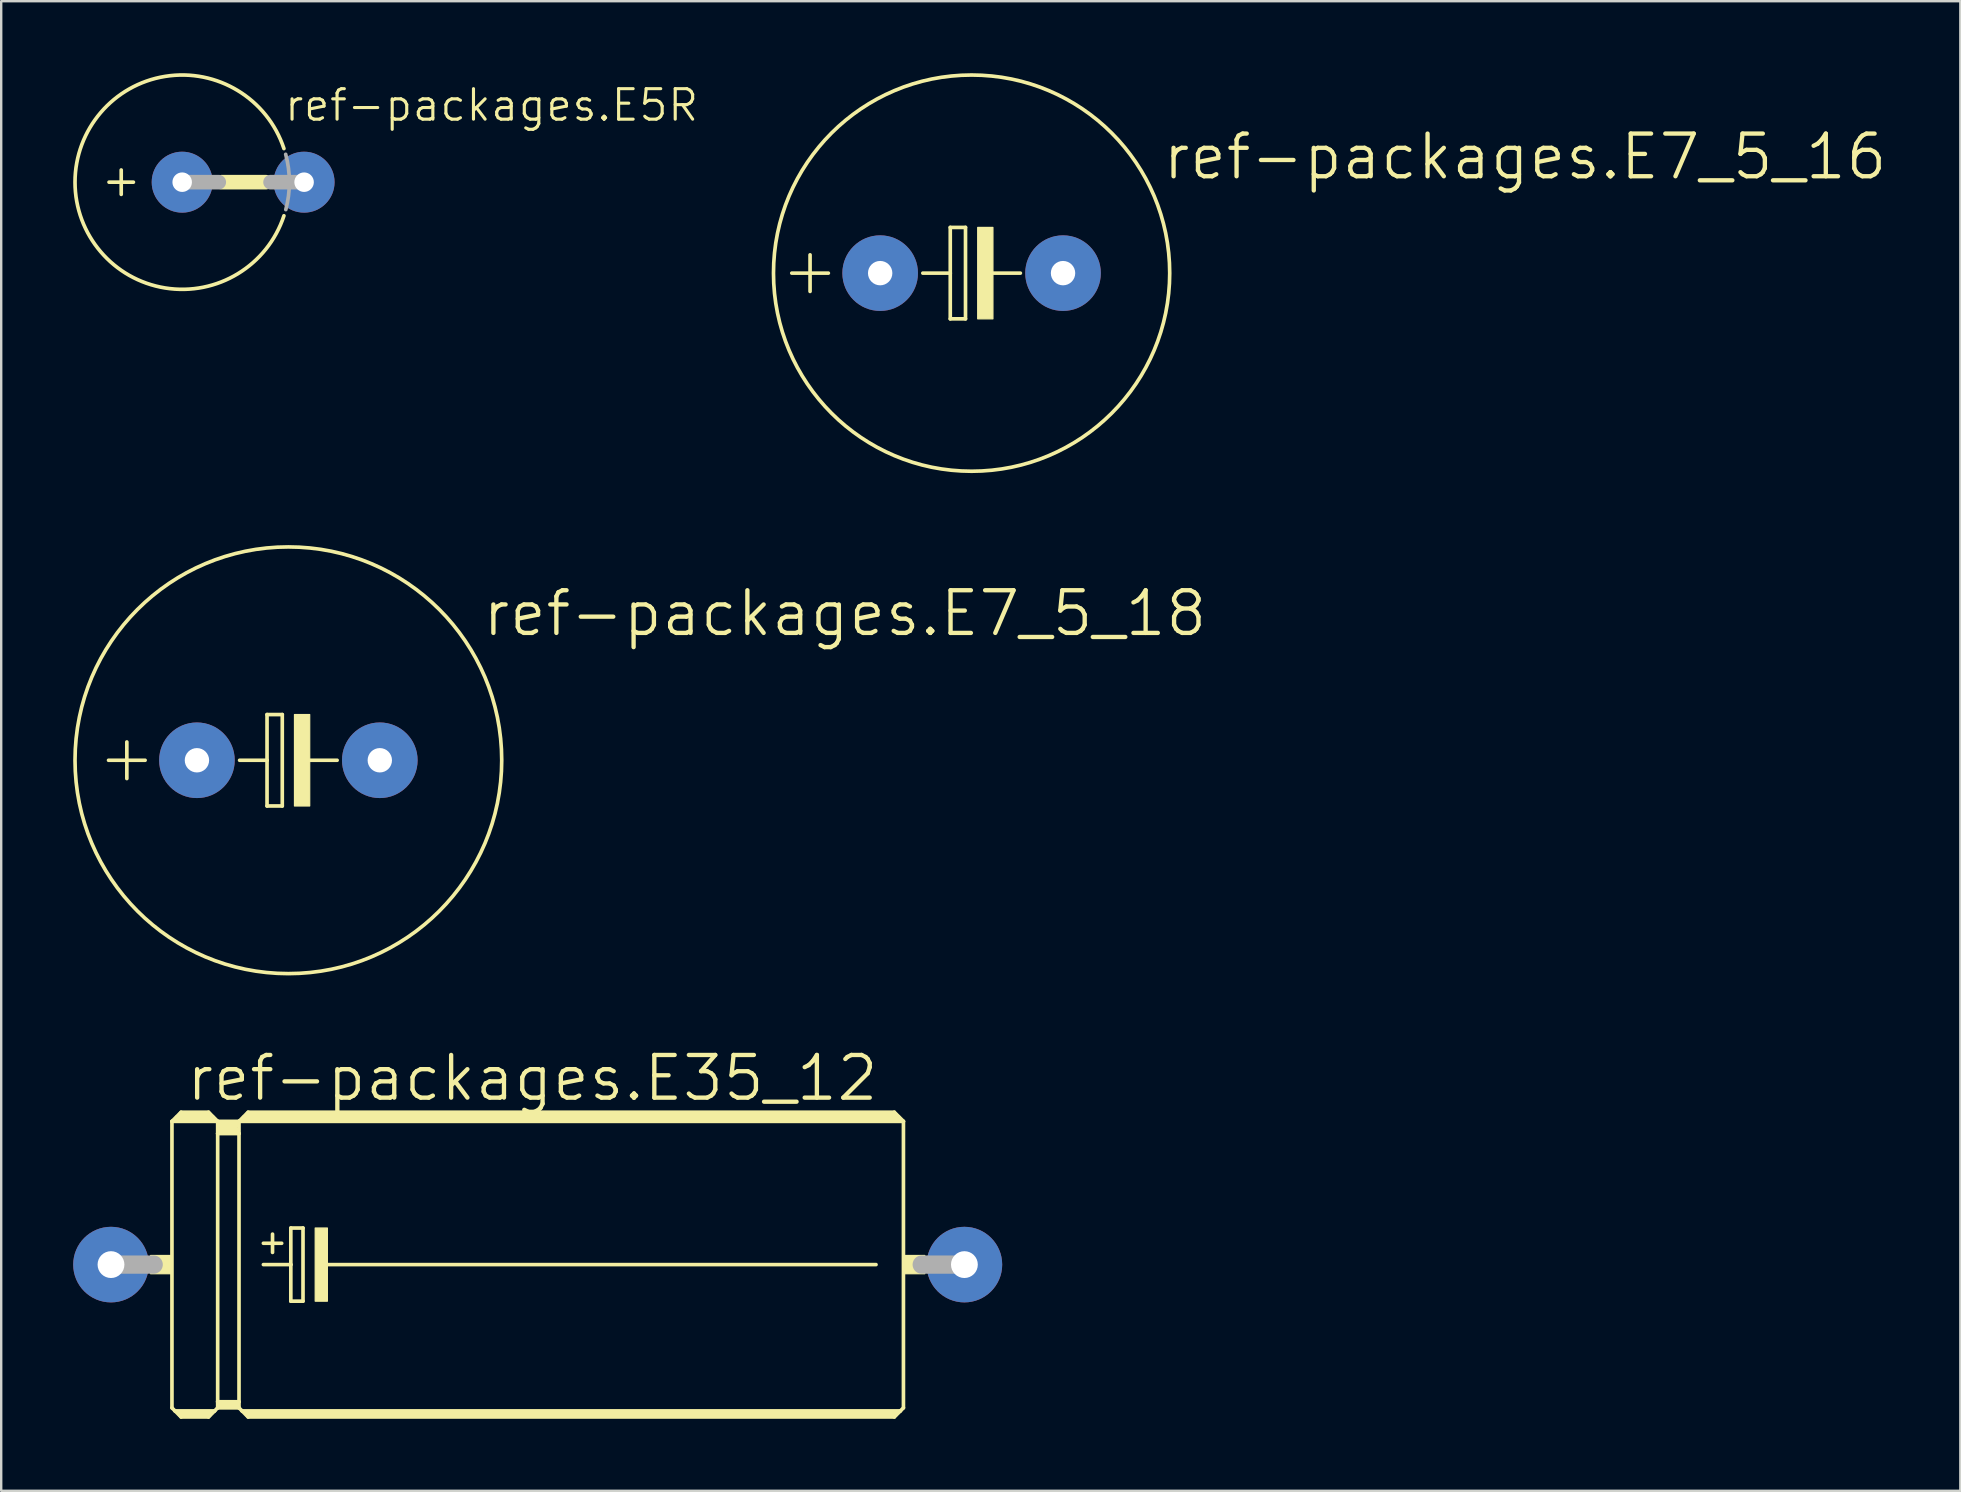
<source format=kicad_pcb>
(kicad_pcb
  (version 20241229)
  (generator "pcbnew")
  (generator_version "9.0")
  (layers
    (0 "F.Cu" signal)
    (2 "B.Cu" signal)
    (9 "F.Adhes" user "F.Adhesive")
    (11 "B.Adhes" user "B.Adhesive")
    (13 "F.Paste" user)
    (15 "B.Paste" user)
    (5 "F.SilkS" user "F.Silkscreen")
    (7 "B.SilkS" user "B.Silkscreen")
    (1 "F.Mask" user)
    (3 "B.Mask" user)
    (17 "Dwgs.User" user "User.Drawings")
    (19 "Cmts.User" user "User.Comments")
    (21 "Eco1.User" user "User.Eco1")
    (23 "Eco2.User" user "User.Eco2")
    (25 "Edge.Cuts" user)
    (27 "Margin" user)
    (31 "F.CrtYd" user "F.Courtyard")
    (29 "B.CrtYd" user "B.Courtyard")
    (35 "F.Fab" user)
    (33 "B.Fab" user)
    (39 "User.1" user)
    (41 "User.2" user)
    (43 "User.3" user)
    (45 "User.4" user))
  (footprint "ref-packages.E7_5_16"
    (layer "F.Cu")
    (at 37.435 8.331)
    (property "Reference" "ref-packages.E7_5_16" (at 7.874 -3.81 0) (layer "F.SilkS") (effects (font (size 1.778 1.778) (thickness 0.18)) (justify left bottom)))
    (attr through_hole)
    (fp_line (start -7.493 0) (end -5.969 0) (stroke (width 0.152) (type default)) (layer "F.SilkS"))
    (fp_line (start -6.731 0.762) (end -6.731 -0.762) (stroke (width 0.152) (type default)) (layer "F.SilkS"))
    (fp_line (start -0.889 -1.905) (end -0.889 0) (stroke (width 0.152) (type default)) (layer "F.SilkS"))
    (fp_line (start -0.889 0) (end -2.032 0) (stroke (width 0.152) (type default)) (layer "F.SilkS"))
    (fp_line (start -0.889 0) (end -0.889 1.905) (stroke (width 0.152) (type default)) (layer "F.SilkS"))
    (fp_line (start -0.889 1.905) (end -0.254 1.905) (stroke (width 0.152) (type default)) (layer "F.SilkS"))
    (fp_line (start -0.254 -1.905) (end -0.889 -1.905) (stroke (width 0.152) (type default)) (layer "F.SilkS"))
    (fp_line (start -0.254 1.905) (end -0.254 -1.905) (stroke (width 0.152) (type default)) (layer "F.SilkS"))
    (fp_line (start 0.635 0) (end 2.032 0) (stroke (width 0.152) (type default)) (layer "F.SilkS"))
    (fp_rect (start 0.254 1.905) (end 0.889 -1.905) (stroke (width 0.05) (type default)) (fill yes) (layer "F.SilkS"))
    (fp_circle (center 0 0) (end 8.255 0) (stroke (width 0.152) (type default)) (fill no) (layer "F.SilkS"))
    (pad "+" thru_hole circle (at -3.81 0) (size 3.15 3.15) (drill 1.016) (layers "*.Cu" "*.Mask"))
    (pad "-" thru_hole circle (at 3.81 0) (size 3.15 3.15) (drill 1.016) (layers "*.Cu" "*.Mask")))
  (footprint "ref-packages.E7_5_18"
    (layer "F.Cu")
    (at 8.966 28.629)
    (property "Reference" "ref-packages.E7_5_18" (at 8.001 -5.08 0) (layer "F.SilkS") (effects (font (size 1.778 1.778) (thickness 0.18)) (justify left bottom)))
    (attr through_hole)
    (fp_line (start -7.493 0) (end -5.969 0) (stroke (width 0.152) (type default)) (layer "F.SilkS"))
    (fp_line (start -6.731 0.762) (end -6.731 -0.762) (stroke (width 0.152) (type default)) (layer "F.SilkS"))
    (fp_line (start -0.889 -1.905) (end -0.889 0) (stroke (width 0.152) (type default)) (layer "F.SilkS"))
    (fp_line (start -0.889 0) (end -2.032 0) (stroke (width 0.152) (type default)) (layer "F.SilkS"))
    (fp_line (start -0.889 0) (end -0.889 1.905) (stroke (width 0.152) (type default)) (layer "F.SilkS"))
    (fp_line (start -0.889 1.905) (end -0.254 1.905) (stroke (width 0.152) (type default)) (layer "F.SilkS"))
    (fp_line (start -0.254 -1.905) (end -0.889 -1.905) (stroke (width 0.152) (type default)) (layer "F.SilkS"))
    (fp_line (start -0.254 1.905) (end -0.254 -1.905) (stroke (width 0.152) (type default)) (layer "F.SilkS"))
    (fp_line (start 0.635 0) (end 2.032 0) (stroke (width 0.152) (type default)) (layer "F.SilkS"))
    (fp_rect (start 0.254 1.905) (end 0.889 -1.905) (stroke (width 0.05) (type default)) (fill yes) (layer "F.SilkS"))
    (fp_circle (center 0 0) (end 8.89 0) (stroke (width 0.152) (type default)) (fill no) (layer "F.SilkS"))
    (pad "+" thru_hole circle (at -3.81 0) (size 3.15 3.15) (drill 1.016) (layers "*.Cu" "*.Mask"))
    (pad "-" thru_hole circle (at 3.81 0) (size 3.15 3.15) (drill 1.016) (layers "*.Cu" "*.Mask")))
  (footprint "ref-packages.E35_12"
    (layer "F.Cu")
    (at 19.355 49.644)
    (property "Reference" "ref-packages.E35_12" (at -14.732 -6.731 0) (layer "F.SilkS") (effects (font (size 1.778 1.778) (thickness 0.18)) (justify left bottom)))
    (attr through_hole)
    (fp_line (start -15.24 -5.969) (end -15.24 5.969) (stroke (width 0.152) (type default)) (layer "F.SilkS"))
    (fp_line (start -15.24 -5.969) (end -14.859 -6.35) (stroke (width 0.152) (type default)) (layer "F.SilkS"))
    (fp_line (start -15.24 -5.969) (end -13.335 -5.969) (stroke (width 0.152) (type default)) (layer "F.SilkS"))
    (fp_line (start -15.24 5.969) (end -15.113 6.096) (stroke (width 0.152) (type default)) (layer "F.SilkS"))
    (fp_line (start -15.113 6.096) (end -14.859 6.35) (stroke (width 0.152) (type default)) (layer "F.SilkS"))
    (fp_line (start -15.113 6.096) (end -13.462 6.096) (stroke (width 0.152) (type default)) (layer "F.SilkS"))
    (fp_line (start -14.986 -6.096) (end -13.589 -6.096) (stroke (width 0.305) (type default)) (layer "F.SilkS"))
    (fp_line (start -14.859 -6.35) (end -13.716 -6.35) (stroke (width 0.152) (type default)) (layer "F.SilkS"))
    (fp_line (start -14.859 -6.223) (end -13.716 -6.223) (stroke (width 0.305) (type default)) (layer "F.SilkS"))
    (fp_line (start -14.859 6.223) (end -13.716 6.223) (stroke (width 0.305) (type default)) (layer "F.SilkS"))
    (fp_line (start -14.859 6.35) (end -13.716 6.35) (stroke (width 0.152) (type default)) (layer "F.SilkS"))
    (fp_line (start -13.462 6.096) (end -13.716 6.35) (stroke (width 0.152) (type default)) (layer "F.SilkS"))
    (fp_line (start -13.335 -5.969) (end -13.716 -6.35) (stroke (width 0.152) (type default)) (layer "F.SilkS"))
    (fp_line (start -13.335 -5.969) (end -13.335 -5.461) (stroke (width 0.152) (type default)) (layer "F.SilkS"))
    (fp_line (start -13.335 -5.969) (end -12.446 -5.969) (stroke (width 0.152) (type default)) (layer "F.SilkS"))
    (fp_line (start -13.335 -5.461) (end -13.335 5.715) (stroke (width 0.152) (type default)) (layer "F.SilkS"))
    (fp_line (start -13.335 -5.461) (end -12.446 -5.461) (stroke (width 0.152) (type default)) (layer "F.SilkS"))
    (fp_line (start -13.335 5.715) (end -13.335 5.969) (stroke (width 0.152) (type default)) (layer "F.SilkS"))
    (fp_line (start -13.335 5.715) (end -12.446 5.715) (stroke (width 0.152) (type default)) (layer "F.SilkS"))
    (fp_line (start -13.335 5.969) (end -13.462 6.096) (stroke (width 0.152) (type default)) (layer "F.SilkS"))
    (fp_line (start -13.335 5.969) (end -12.446 5.969) (stroke (width 0.152) (type default)) (layer "F.SilkS"))
    (fp_line (start -13.208 -5.842) (end -12.573 -5.842) (stroke (width 0.305) (type default)) (layer "F.SilkS"))
    (fp_line (start -13.208 -5.588) (end -12.573 -5.588) (stroke (width 0.305) (type default)) (layer "F.SilkS"))
    (fp_line (start -13.208 5.842) (end -12.573 5.842) (stroke (width 0.305) (type default)) (layer "F.SilkS"))
    (fp_line (start -12.446 -5.969) (end -12.446 -5.461) (stroke (width 0.152) (type default)) (layer "F.SilkS"))
    (fp_line (start -12.446 -5.969) (end -12.065 -6.35) (stroke (width 0.152) (type default)) (layer "F.SilkS"))
    (fp_line (start -12.446 -5.969) (end 15.24 -5.969) (stroke (width 0.152) (type default)) (layer "F.SilkS"))
    (fp_line (start -12.446 -5.461) (end -12.446 5.715) (stroke (width 0.152) (type default)) (layer "F.SilkS"))
    (fp_line (start -12.446 5.715) (end -12.446 5.969) (stroke (width 0.152) (type default)) (layer "F.SilkS"))
    (fp_line (start -12.319 6.096) (end -12.446 5.969) (stroke (width 0.152) (type default)) (layer "F.SilkS"))
    (fp_line (start -12.319 6.096) (end 15.113 6.096) (stroke (width 0.152) (type default)) (layer "F.SilkS"))
    (fp_line (start -12.192 -6.096) (end 14.986 -6.096) (stroke (width 0.305) (type default)) (layer "F.SilkS"))
    (fp_line (start -12.065 -6.223) (end 14.859 -6.223) (stroke (width 0.305) (type default)) (layer "F.SilkS"))
    (fp_line (start -12.065 6.223) (end 14.859 6.223) (stroke (width 0.305) (type default)) (layer "F.SilkS"))
    (fp_line (start -12.065 6.35) (end -12.319 6.096) (stroke (width 0.152) (type default)) (layer "F.SilkS"))
    (fp_line (start -11.43 -0.889) (end -10.668 -0.889) (stroke (width 0.152) (type default)) (layer "F.SilkS"))
    (fp_line (start -11.43 0) (end -10.287 0) (stroke (width 0.152) (type default)) (layer "F.SilkS"))
    (fp_line (start -11.049 -1.27) (end -11.049 -0.508) (stroke (width 0.152) (type default)) (layer "F.SilkS"))
    (fp_line (start -10.287 -1.524) (end -10.287 0) (stroke (width 0.152) (type default)) (layer "F.SilkS"))
    (fp_line (start -10.287 0) (end -10.287 1.524) (stroke (width 0.152) (type default)) (layer "F.SilkS"))
    (fp_line (start -10.287 1.524) (end -9.779 1.524) (stroke (width 0.152) (type default)) (layer "F.SilkS"))
    (fp_line (start -9.779 -1.524) (end -10.287 -1.524) (stroke (width 0.152) (type default)) (layer "F.SilkS"))
    (fp_line (start -9.779 1.524) (end -9.779 -1.524) (stroke (width 0.152) (type default)) (layer "F.SilkS"))
    (fp_line (start -8.89 0) (end 14.097 0) (stroke (width 0.152) (type default)) (layer "F.SilkS"))
    (fp_line (start 14.859 -6.35) (end -12.065 -6.35) (stroke (width 0.152) (type default)) (layer "F.SilkS"))
    (fp_line (start 14.859 6.35) (end -12.065 6.35) (stroke (width 0.152) (type default)) (layer "F.SilkS"))
    (fp_line (start 15.113 6.096) (end 14.859 6.35) (stroke (width 0.152) (type default)) (layer "F.SilkS"))
    (fp_line (start 15.24 -5.969) (end 14.859 -6.35) (stroke (width 0.152) (type default)) (layer "F.SilkS"))
    (fp_line (start 15.24 -5.969) (end 15.24 5.969) (stroke (width 0.152) (type default)) (layer "F.SilkS"))
    (fp_line (start 15.24 5.969) (end 15.113 6.096) (stroke (width 0.152) (type default)) (layer "F.SilkS"))
    (fp_rect (start -16.129 0.381) (end -15.24 -0.381) (stroke (width 0.05) (type default)) (fill yes) (layer "F.SilkS"))
    (fp_rect (start -9.271 1.524) (end -8.763 -1.524) (stroke (width 0.05) (type default)) (fill yes) (layer "F.SilkS"))
    (fp_rect (start 15.24 0.381) (end 16.129 -0.381) (stroke (width 0.05) (type default)) (fill yes) (layer "F.SilkS"))
    (fp_line (start -17.78 0) (end -16.002 0) (stroke (width 0.762) (type default)) (layer "F.Fab"))
    (fp_line (start 17.78 0) (end 16.002 0) (stroke (width 0.762) (type default)) (layer "F.Fab"))
    (pad "+" thru_hole circle (at -17.78 0) (size 3.15 3.15) (drill 1.118) (layers "*.Cu" "*.Mask"))
    (pad "-" thru_hole circle (at 17.78 0) (size 3.15 3.15) (drill 1.118) (layers "*.Cu" "*.Mask")))
  (footprint "ref-packages.E5R"
    (layer "F.Cu")
    (at 7.081 4.541)
    (property "Reference" "ref-packages.E5R" (at 1.651 -2.464 0) (layer "F.SilkS") (effects (font (size 1.27 1.27) (thickness 0.13)) (justify left bottom)))
    (attr through_hole)
    (fp_line (start -5.588 0) (end -4.572 0) (stroke (width 0.152) (type default)) (layer "F.SilkS"))
    (fp_line (start -5.08 0.508) (end -5.08 -0.508) (stroke (width 0.152) (type default)) (layer "F.SilkS"))
    (fp_line (start -0.889 0) (end 0.94 0) (stroke (width 0.61) (type default)) (layer "F.SilkS"))
    (fp_arc (start 1.699969 1.39999) (mid -7.005145 -0.000099) (end 1.699999 -1.4) (stroke (width 0.1524) (type default)) (layer "F.SilkS"))
    (fp_line (start -2.54 0) (end -1.016 0) (stroke (width 0.61) (type default)) (layer "F.Fab"))
    (fp_line (start 2.54 0) (end 1.143 0) (stroke (width 0.61) (type default)) (layer "F.Fab"))
    (fp_arc (start 1.7732 -1.1613) (mid 1.926798 -0.009471) (end 1.7781 1.143) (stroke (width 0.1524) (type default)) (layer "F.Fab"))
    (pad "+" thru_hole circle (at -2.54 0) (size 2.54 2.54) (drill 0.813) (layers "*.Cu" "*.Mask"))
    (pad "-" thru_hole circle (at 2.54 0) (size 2.54 2.54) (drill 0.813) (layers "*.Cu" "*.Mask")))
  (gr_rect
    (start -3 -3)
    (end 78.635 59.07)
    (stroke (width 0.1) (type default))
    (fill no)
    (layer "Edge.Cuts")))
</source>
